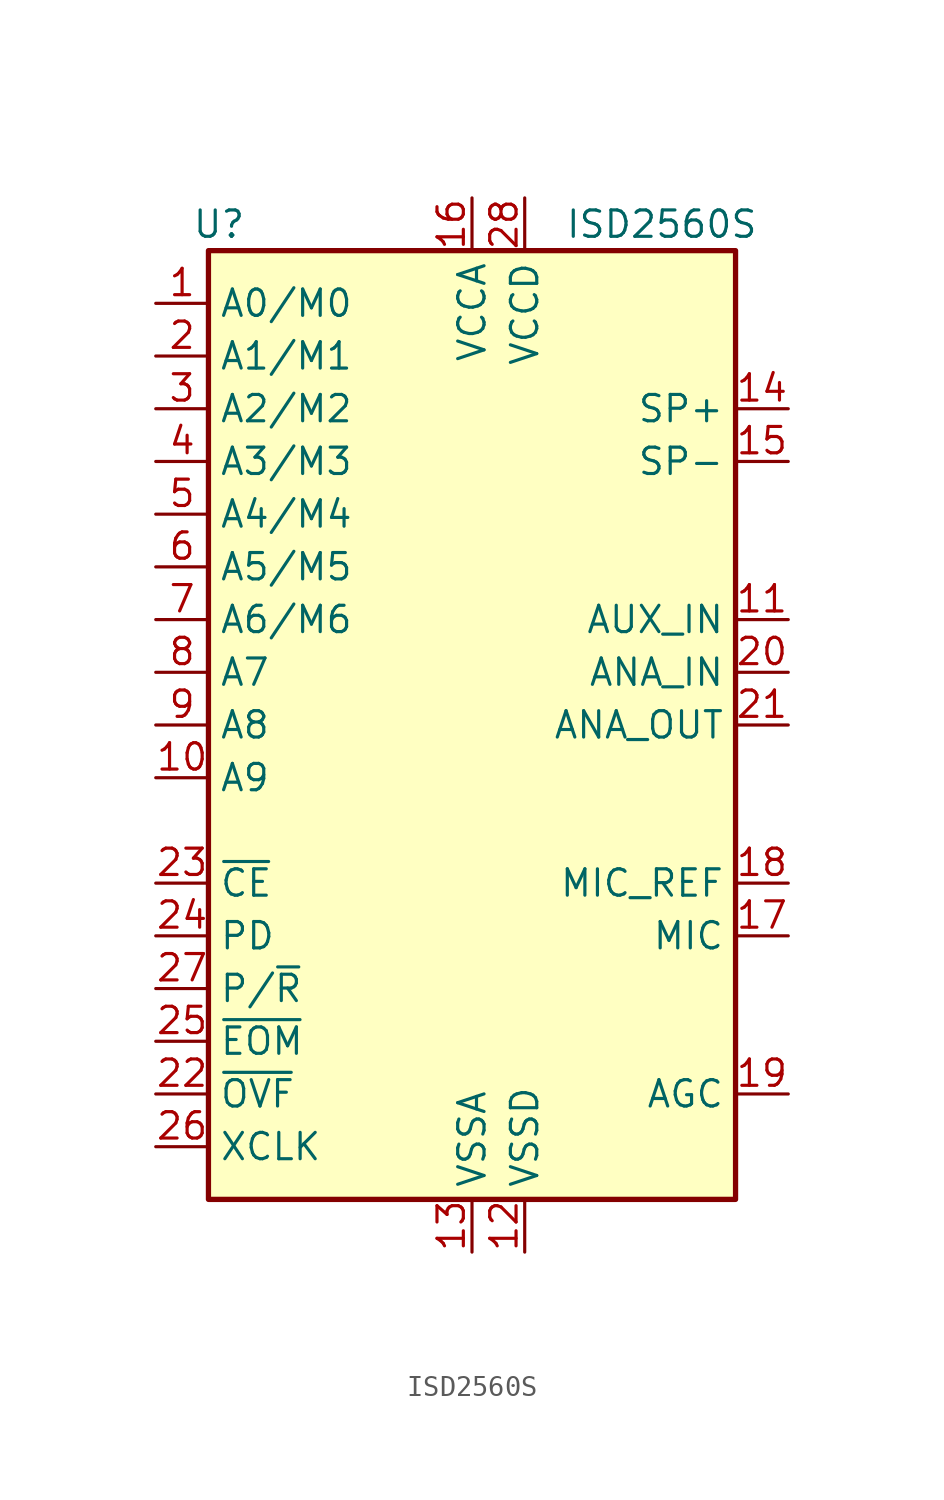
<source format=kicad_sym>
(kicad_symbol_lib
  (version 20220914)
  (generator kicad_symbol_editor)
  (symbol "ISD2560S"
    (property "Reference" "U"
      (at -12.192 24.13 0)
      (effects (font (size 1.27 1.27))))
    (property "Value" "ISD2560S"
      (at 9.144 24.13 0)
      (effects (font (size 1.27 1.27))))
    (symbol "ISD2560S_0_1"
      (rectangle (start -12.7 22.86) (end 12.7 -22.86) (stroke (width 0.254) (type default)) (fill (type background))))
    (symbol "ISD2560S_1_1"
      (pin input line (at -15.24 20.32 0) (length 2.54) (name "A0/M0" (effects (font (size 1.27 1.27)))) (number "1" (effects (font (size 1.27 1.27)))))
      (pin input line (at -15.24 -2.54 0) (length 2.54) (name "A9" (effects (font (size 1.27 1.27)))) (number "10" (effects (font (size 1.27 1.27)))))
      (pin input line (at 15.24 5.08 180) (length 2.54) (name "AUX_IN" (effects (font (size 1.27 1.27)))) (number "11" (effects (font (size 1.27 1.27)))))
      (pin power_in line (at 2.54 -25.4 90) (length 2.54) (name "VSSD" (effects (font (size 1.27 1.27)))) (number "12" (effects (font (size 1.27 1.27)))))
      (pin power_in line (at 0 -25.4 90) (length 2.54) (name "VSSA" (effects (font (size 1.27 1.27)))) (number "13" (effects (font (size 1.27 1.27)))))
      (pin output line (at 15.24 15.24 180) (length 2.54) (name "SP+" (effects (font (size 1.27 1.27)))) (number "14" (effects (font (size 1.27 1.27)))))
      (pin output line (at 15.24 12.7 180) (length 2.54) (name "SP-" (effects (font (size 1.27 1.27)))) (number "15" (effects (font (size 1.27 1.27)))))
      (pin power_in line (at 0 25.4 270) (length 2.54) (name "VCCA" (effects (font (size 1.27 1.27)))) (number "16" (effects (font (size 1.27 1.27)))))
      (pin input line (at 15.24 -10.16 180) (length 2.54) (name "MIC" (effects (font (size 1.27 1.27)))) (number "17" (effects (font (size 1.27 1.27)))))
      (pin passive line (at 15.24 -7.62 180) (length 2.54) (name "MIC_REF" (effects (font (size 1.27 1.27)))) (number "18" (effects (font (size 1.27 1.27)))))
      (pin passive line (at 15.24 -17.78 180) (length 2.54) (name "AGC" (effects (font (size 1.27 1.27)))) (number "19" (effects (font (size 1.27 1.27)))))
      (pin input line (at -15.24 17.78 0) (length 2.54) (name "A1/M1" (effects (font (size 1.27 1.27)))) (number "2" (effects (font (size 1.27 1.27)))))
      (pin input line (at 15.24 2.54 180) (length 2.54) (name "ANA_IN" (effects (font (size 1.27 1.27)))) (number "20" (effects (font (size 1.27 1.27)))))
      (pin output line (at 15.24 0 180) (length 2.54) (name "ANA_OUT" (effects (font (size 1.27 1.27)))) (number "21" (effects (font (size 1.27 1.27)))))
      (pin output line (at -15.24 -17.78 0) (length 2.54) (name "~{OVF}" (effects (font (size 1.27 1.27)))) (number "22" (effects (font (size 1.27 1.27)))))
      (pin input line (at -15.24 -7.62 0) (length 2.54) (name "~{CE}" (effects (font (size 1.27 1.27)))) (number "23" (effects (font (size 1.27 1.27)))))
      (pin input line (at -15.24 -10.16 0) (length 2.54) (name "PD" (effects (font (size 1.27 1.27)))) (number "24" (effects (font (size 1.27 1.27)))))
      (pin output line (at -15.24 -15.24 0) (length 2.54) (name "~{EOM}" (effects (font (size 1.27 1.27)))) (number "25" (effects (font (size 1.27 1.27)))))
      (pin input line (at -15.24 -20.32 0) (length 2.54) (name "XCLK" (effects (font (size 1.27 1.27)))) (number "26" (effects (font (size 1.27 1.27)))))
      (pin input line (at -15.24 -12.7 0) (length 2.54) (name "P/~{R}" (effects (font (size 1.27 1.27)))) (number "27" (effects (font (size 1.27 1.27)))))
      (pin power_in line (at 2.54 25.4 270) (length 2.54) (name "VCCD" (effects (font (size 1.27 1.27)))) (number "28" (effects (font (size 1.27 1.27)))))
      (pin input line (at -15.24 15.24 0) (length 2.54) (name "A2/M2" (effects (font (size 1.27 1.27)))) (number "3" (effects (font (size 1.27 1.27)))))
      (pin input line (at -15.24 12.7 0) (length 2.54) (name "A3/M3" (effects (font (size 1.27 1.27)))) (number "4" (effects (font (size 1.27 1.27)))))
      (pin input line (at -15.24 10.16 0) (length 2.54) (name "A4/M4" (effects (font (size 1.27 1.27)))) (number "5" (effects (font (size 1.27 1.27)))))
      (pin input line (at -15.24 7.62 0) (length 2.54) (name "A5/M5" (effects (font (size 1.27 1.27)))) (number "6" (effects (font (size 1.27 1.27)))))
      (pin input line (at -15.24 5.08 0) (length 2.54) (name "A6/M6" (effects (font (size 1.27 1.27)))) (number "7" (effects (font (size 1.27 1.27)))))
      (pin input line (at -15.24 2.54 0) (length 2.54) (name "A7" (effects (font (size 1.27 1.27)))) (number "8" (effects (font (size 1.27 1.27)))))
      (pin input line (at -15.24 0 0) (length 2.54) (name "A8" (effects (font (size 1.27 1.27)))) (number "9" (effects (font (size 1.27 1.27))))))))
</source>
